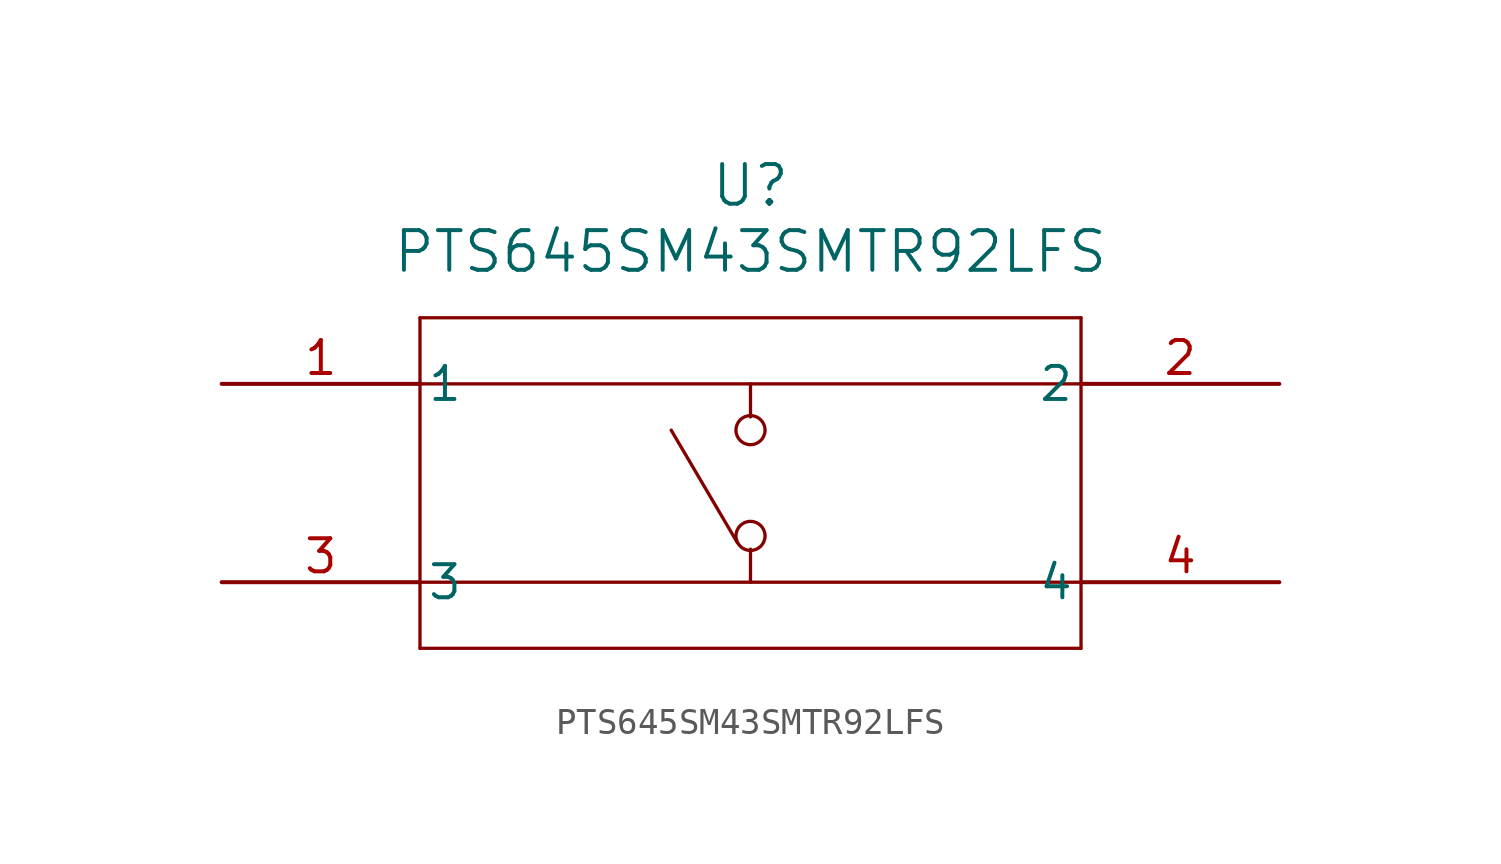
<source format=kicad_sym>
(kicad_symbol_lib
  (version 20211014)
  (generator kicad_symbol_editor)
  (symbol "PTS645SM43SMTR92LFS"
    (pin_names
      (offset 0.254))
    (property "Reference" "U"
      (at 20.32 7.62 0)
      (effects (font (size 1.524 1.524))))
    (property "Value" "PTS645SM43SMTR92LFS"
      (at 20.32 5.08 0)
      (effects (font (size 1.524 1.524))))
    (polyline
      (pts (xy 7.62 2.54) (xy 7.62 -10.16))
      (stroke (width 0.127) (type default) (color 0 0 0 0))
      (fill (type none)))
    (polyline
      (pts (xy 7.62 -10.16) (xy 33.02 -10.16))
      (stroke (width 0.127) (type default) (color 0 0 0 0))
      (fill (type none)))
    (polyline
      (pts (xy 33.02 -10.16) (xy 33.02 2.54))
      (stroke (width 0.127) (type default) (color 0 0 0 0))
      (fill (type none)))
    (polyline
      (pts (xy 33.02 2.54) (xy 7.62 2.54))
      (stroke (width 0.127) (type default) (color 0 0 0 0))
      (fill (type none)))
    (polyline
      (pts (xy 7.62 0) (xy 33.02 0))
      (stroke (width 0.127) (type default) (color 0 0 0 0))
      (fill (type none)))
    (polyline
      (pts (xy 20.32 0) (xy 20.32 -1.27))
      (stroke (width 0.127) (type default) (color 0 0 0 0))
      (fill (type none)))
    (polyline
      (pts (xy 7.62 -7.62) (xy 33.02 -7.62))
      (stroke (width 0.127) (type default) (color 0 0 0 0))
      (fill (type none)))
    (polyline
      (pts (xy 20.32 -7.62) (xy 20.32 -6.35))
      (stroke (width 0.127) (type default) (color 0 0 0 0))
      (fill (type none)))
    (circle
      (center 20.32 -1.778)
      (radius 0.559)
      (stroke (width 0.127) (type default) (color 0 0 0 0))
      (fill (type none)))
    (circle
      (center 20.32 -5.842)
      (radius 0.559)
      (stroke (width 0.127) (type default) (color 0 0 0 0))
      (fill (type none)))
    (polyline
      (pts (xy 19.812 -6.096) (xy 17.272 -1.778))
      (stroke (width 0.127) (type default) (color 0 0 0 0))
      (fill (type none)))
    (pin unspecified line
      (at 0 0 0)
      (length 7.62)
      (name "1" (effects (font (size 1.27 1.27))))
      (number "1" (effects (font (size 1.27 1.27)))))
    (pin unspecified line
      (at 40.64 0 180)
      (length 7.62)
      (name "2" (effects (font (size 1.27 1.27))))
      (number "2" (effects (font (size 1.27 1.27)))))
    (pin unspecified line
      (at 0 -7.62 0)
      (length 7.62)
      (name "3" (effects (font (size 1.27 1.27))))
      (number "3" (effects (font (size 1.27 1.27)))))
    (pin unspecified line
      (at 40.64 -7.62 180)
      (length 7.62)
      (name "4" (effects (font (size 1.27 1.27))))
      (number "4" (effects (font (size 1.27 1.27)))))))
</source>
